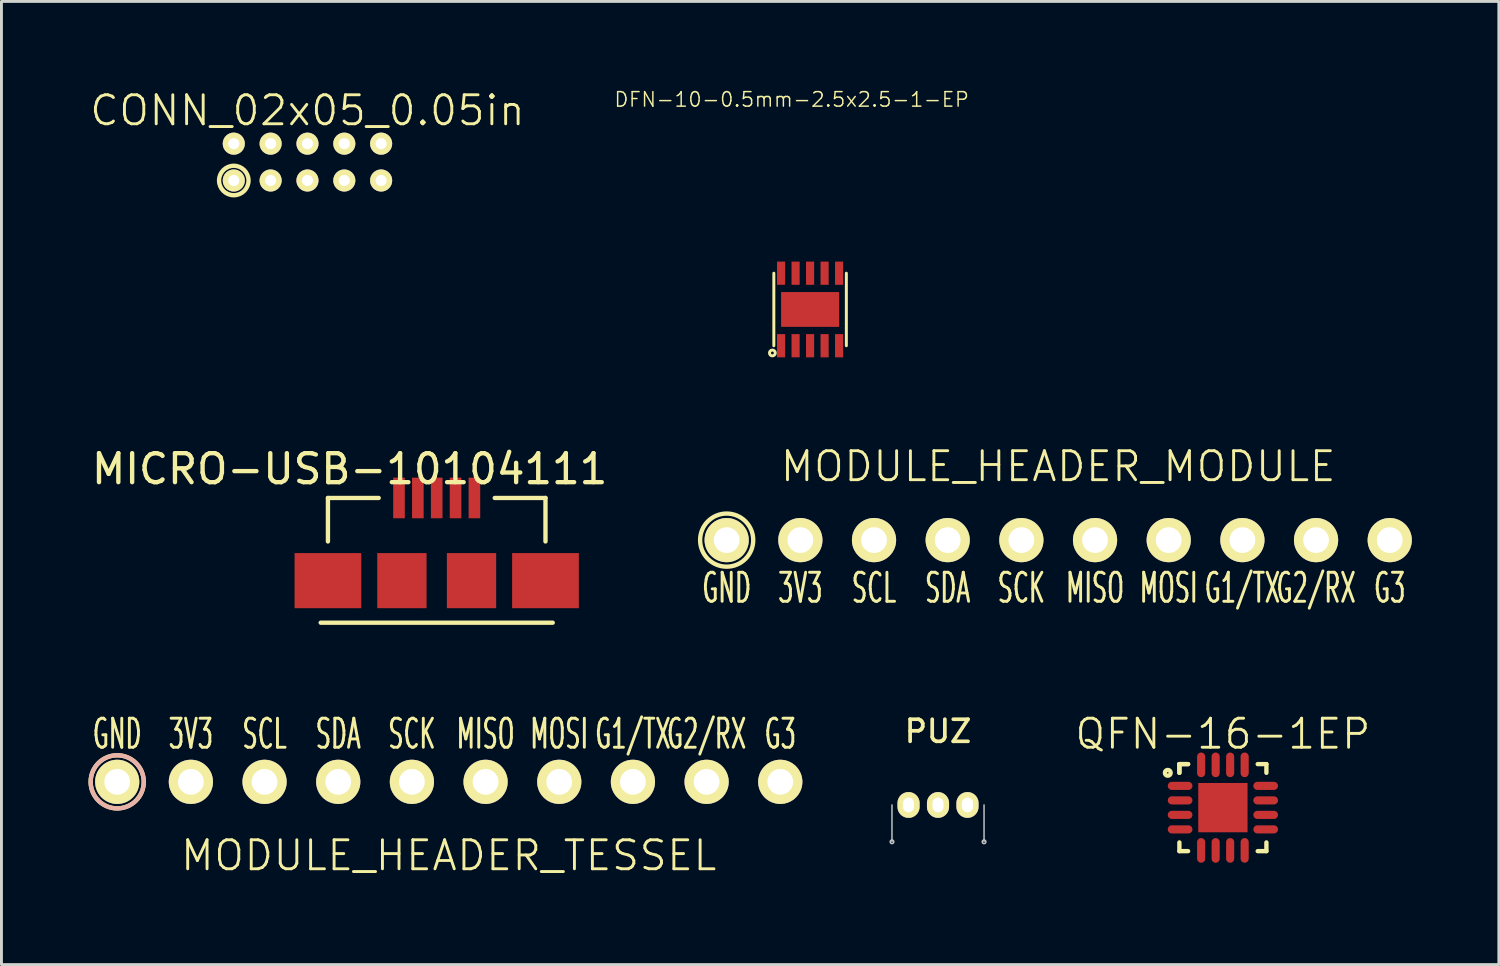
<source format=kicad_pcb>
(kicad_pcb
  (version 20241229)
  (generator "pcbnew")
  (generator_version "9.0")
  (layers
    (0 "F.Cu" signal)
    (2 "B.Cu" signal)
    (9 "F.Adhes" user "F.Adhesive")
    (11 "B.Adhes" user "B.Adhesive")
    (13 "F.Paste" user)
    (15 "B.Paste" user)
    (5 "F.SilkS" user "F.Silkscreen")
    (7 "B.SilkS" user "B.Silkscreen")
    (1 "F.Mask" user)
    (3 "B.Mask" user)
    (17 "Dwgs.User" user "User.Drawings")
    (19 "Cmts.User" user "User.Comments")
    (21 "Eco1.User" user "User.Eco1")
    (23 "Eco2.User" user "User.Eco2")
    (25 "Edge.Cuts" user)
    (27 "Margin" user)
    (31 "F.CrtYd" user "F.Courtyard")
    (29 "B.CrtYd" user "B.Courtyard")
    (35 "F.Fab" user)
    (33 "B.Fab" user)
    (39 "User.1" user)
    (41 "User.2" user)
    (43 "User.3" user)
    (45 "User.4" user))
  (footprint "MODULE_HEADER_MODULE"
    (layer "F.Cu")
    (at 33.433 15.571)
    (property "Reference" "MODULE_HEADER_MODULE" (at 0 -2.54 0) (layer "F.SilkS") (effects (font (size 1 1) (thickness 0.1))))
    (attr through_hole)
    (fp_circle (center -11.43 0) (end -10.668 -0.508) (stroke (width 0.15) (type solid)) (fill no) (layer "F.SilkS"))
    (fp_text user "SCK" (at -1.27 1.651 0) (layer "F.SilkS") (effects (font (size 1 0.55) (thickness 0.1))))
    (fp_text user "MISO" (at 1.27 1.651 0) (layer "F.SilkS") (effects (font (size 1 0.55) (thickness 0.1))))
    (fp_text user "G1/TX" (at 6.35 1.651 0) (layer "F.SilkS") (effects (font (size 1 0.55) (thickness 0.1))))
    (fp_text user "SCL" (at -6.35 1.651 0) (layer "F.SilkS") (effects (font (size 1 0.55) (thickness 0.1))))
    (fp_text user "3V3" (at -8.89 1.651 0) (layer "F.SilkS") (effects (font (size 1 0.55) (thickness 0.1))))
    (fp_text user "G3" (at 11.43 1.651 0) (layer "F.SilkS") (effects (font (size 1 0.55) (thickness 0.1))))
    (fp_text user "MOSI" (at 3.81 1.651 0) (layer "F.SilkS") (effects (font (size 1 0.55) (thickness 0.1))))
    (fp_text user "SDA" (at -3.81 1.651 0) (layer "F.SilkS") (effects (font (size 1 0.55) (thickness 0.1))))
    (fp_text user "G2/RX" (at 8.89 1.651 0) (layer "F.SilkS") (effects (font (size 1 0.55) (thickness 0.1))))
    (fp_text user "GND" (at -11.43 1.651 0) (layer "F.SilkS") (effects (font (size 1 0.55) (thickness 0.1))))
    (pad "1" thru_hole circle (at -11.43 0) (size 1.524 1.524) (drill 0.889) (layers "*.Cu" "*.Mask" "F.SilkS"))
    (pad "2" thru_hole circle (at -8.89 0) (size 1.524 1.524) (drill 0.889) (layers "*.Cu" "*.Mask" "F.SilkS"))
    (pad "3" thru_hole circle (at -6.35 0) (size 1.524 1.524) (drill 0.889) (layers "*.Cu" "*.Mask" "F.SilkS"))
    (pad "4" thru_hole circle (at -3.81 0) (size 1.524 1.524) (drill 0.889) (layers "*.Cu" "*.Mask" "F.SilkS"))
    (pad "5" thru_hole circle (at -1.27 0) (size 1.524 1.524) (drill 0.889) (layers "*.Cu" "*.Mask" "F.SilkS"))
    (pad "6" thru_hole circle (at 1.27 0) (size 1.524 1.524) (drill 0.889) (layers "*.Cu" "*.Mask" "F.SilkS"))
    (pad "7" thru_hole circle (at 3.81 0) (size 1.524 1.524) (drill 0.889) (layers "*.Cu" "*.Mask" "F.SilkS"))
    (pad "8" thru_hole circle (at 6.35 0) (size 1.524 1.524) (drill 0.889) (layers "*.Cu" "*.Mask" "F.SilkS"))
    (pad "9" thru_hole circle (at 8.89 0) (size 1.524 1.524) (drill 0.889) (layers "*.Cu" "*.Mask" "F.SilkS"))
    (pad "10" thru_hole circle (at 11.43 0) (size 1.524 1.524) (drill 0.889) (layers "*.Cu" "*.Mask" "F.SilkS")))
  (footprint "DFN-10-0.5mm-2.5x2.5-1-EP"
    (layer "F.Cu")
    (at 24.879 7.619)
    (property "Reference" "DFN-10-0.5mm-2.5x2.5-1-EP" (at -0.635 -7.239 0) (layer "F.SilkS") (effects (font (size 0.5 0.5) (thickness 0.05))))
    (attr through_hole)
    (fp_line (start -1.25 -1.25) (end -1.25 1.25) (stroke (width 0.102) (type solid)) (layer "F.SilkS"))
    (fp_line (start 1.25 -1.25) (end 1.25 1.25) (stroke (width 0.102) (type solid)) (layer "F.SilkS"))
    (fp_circle (center -1.3 1.5) (end -1.4 1.5) (stroke (width 0.102) (type solid)) (fill no) (layer "F.SilkS"))
    (pad "1" smd rect (at -1 1.25) (size 0.28 0.8) (layers "F.Cu" "F.Mask" "F.Paste"))
    (pad "2" smd rect (at -0.5 1.25) (size 0.28 0.8) (layers "F.Cu" "F.Mask" "F.Paste"))
    (pad "3" smd rect (at 0 1.25) (size 0.28 0.8) (layers "F.Cu" "F.Mask" "F.Paste"))
    (pad "4" smd rect (at 0.5 1.25) (size 0.28 0.8) (layers "F.Cu" "F.Mask" "F.Paste"))
    (pad "5" smd rect (at 1 1.25) (size 0.28 0.8) (layers "F.Cu" "F.Mask" "F.Paste"))
    (pad "6" smd rect (at 1 -1.25) (size 0.28 0.8) (layers "F.Cu" "F.Mask" "F.Paste"))
    (pad "7" smd rect (at 0.5 -1.25) (size 0.28 0.8) (layers "F.Cu" "F.Mask" "F.Paste"))
    (pad "8" smd rect (at 0 -1.25) (size 0.28 0.8) (layers "F.Cu" "F.Mask" "F.Paste"))
    (pad "9" smd rect (at -0.5 -1.25) (size 0.28 0.8) (layers "F.Cu" "F.Mask" "F.Paste"))
    (pad "10" smd rect (at -1 -1.25) (size 0.28 0.8) (layers "F.Cu" "F.Mask" "F.Paste"))
    (pad "11" smd rect (at 0 0) (size 2 1.2) (layers "F.Cu" "F.Mask" "F.Paste")))
  (footprint "MICRO-USB-10104111"
    (layer "F.Cu")
    (at 12.006 14.118)
    (property "Reference" "MICRO-USB-10104111" (at -3 -1 0) (layer "F.SilkS") (effects (font (size 1 1) (thickness 0.15))))
    (attr through_hole)
    (fp_line (start -3.75 0) (end -3.75 1.5) (stroke (width 0.15) (type solid)) (layer "F.SilkS"))
    (fp_line (start -2 0) (end -3.75 0) (stroke (width 0.15) (type solid)) (layer "F.SilkS"))
    (fp_line (start 2 0) (end 3.75 0) (stroke (width 0.15) (type solid)) (layer "F.SilkS"))
    (fp_line (start 3.75 0) (end 3.75 1.5) (stroke (width 0.15) (type solid)) (layer "F.SilkS"))
    (fp_line (start 4 4.3) (end -4 4.3) (stroke (width 0.15) (type solid)) (layer "F.SilkS"))
    (pad "1" smd rect (at -1.3 0) (size 0.4 1.4) (layers "F.Cu" "F.Mask" "F.Paste"))
    (pad "2" smd rect (at -0.65 0) (size 0.4 1.4) (layers "F.Cu" "F.Mask" "F.Paste"))
    (pad "3" smd rect (at 0 0) (size 0.4 1.4) (layers "F.Cu" "F.Mask" "F.Paste"))
    (pad "4" smd rect (at 0.65 0) (size 0.4 1.4) (layers "F.Cu" "F.Mask" "F.Paste"))
    (pad "5" smd rect (at 1.3 0) (size 0.4 1.4) (layers "F.Cu" "F.Mask" "F.Paste"))
    (pad "6" smd rect (at -3.75 2.85) (size 2.3 1.9) (layers "F.Cu" "F.Mask" "F.Paste"))
    (pad "7" smd rect (at -1.2 2.85) (size 1.7 1.9) (layers "F.Cu" "F.Mask" "F.Paste"))
    (pad "8" smd rect (at 1.2 2.85) (size 1.7 1.9) (layers "F.Cu" "F.Mask" "F.Paste"))
    (pad "9" smd rect (at 3.75 2.85) (size 2.3 1.9) (layers "F.Cu" "F.Mask" "F.Paste")))
  (footprint "PUZ"
    (layer "F.Cu")
    (at 29.289 24.702)
    (property "Reference" "PUZ" (at 0 -2.54 0) (layer "F.SilkS") (effects (font (size 0.762 0.762) (thickness 0.127))))
    (attr through_hole)
    (fp_line (start -1.587 0) (end -1.587 1.27) (stroke (width 0.051) (type solid)) (layer "Dwgs.User"))
    (fp_line (start 1.587 0) (end 1.587 1.27) (stroke (width 0.051) (type solid)) (layer "Dwgs.User"))
    (fp_circle (center -1.587 1.27) (end -1.524 1.27) (stroke (width 0.051) (type solid)) (fill no) (layer "Dwgs.User"))
    (fp_circle (center 1.587 1.27) (end 1.651 1.27) (stroke (width 0.051) (type solid)) (fill no) (layer "Dwgs.User"))
    (pad "1" thru_hole oval (at -1.016 0) (size 0.762 0.889) (drill oval 0.381 0.508) (layers "*.Cu" "*.Mask" "F.SilkS"))
    (pad "2" thru_hole oval (at 0 0) (size 0.762 0.889) (drill oval 0.381 0.508) (layers "*.Cu" "*.Mask" "F.SilkS"))
    (pad "3" thru_hole oval (at 1.016 0) (size 0.762 0.889) (drill oval 0.381 0.508) (layers "*.Cu" "*.Mask" "F.SilkS")))
  (footprint "QFN-16-1EP"
    (layer "F.Cu")
    (at 39.111 24.794)
    (property "Reference" "QFN-16-1EP" (at 0 -2.54 0) (layer "F.SilkS") (effects (font (size 1 1) (thickness 0.1))))
    (attr through_hole)
    (fp_line (start -1.5 -1.5) (end -1.2 -1.5) (stroke (width 0.15) (type solid)) (layer "F.SilkS"))
    (fp_line (start -1.5 -1.5) (end -1.2 -1.5) (stroke (width 0.15) (type solid)) (layer "F.SilkS"))
    (fp_line (start -1.5 -1.2) (end -1.5 -1.5) (stroke (width 0.15) (type solid)) (layer "F.SilkS"))
    (fp_line (start -1.5 -1.2) (end -1.5 -1.5) (stroke (width 0.15) (type solid)) (layer "F.SilkS"))
    (fp_line (start -1.5 1.5) (end -1.5 1.2) (stroke (width 0.15) (type solid)) (layer "F.SilkS"))
    (fp_line (start -1.5 1.5) (end -1.2 1.5) (stroke (width 0.15) (type solid)) (layer "F.SilkS"))
    (fp_line (start 1.2 -1.5) (end 1.5 -1.5) (stroke (width 0.15) (type solid)) (layer "F.SilkS"))
    (fp_line (start 1.2 1.5) (end 1.5 1.5) (stroke (width 0.15) (type solid)) (layer "F.SilkS"))
    (fp_line (start 1.5 -1.2) (end 1.5 -1.5) (stroke (width 0.15) (type solid)) (layer "F.SilkS"))
    (fp_line (start 1.5 1.5) (end 1.5 1.2) (stroke (width 0.15) (type solid)) (layer "F.SilkS"))
    (fp_circle (center -1.9 -1.2) (end -2 -1.2) (stroke (width 0.15) (type solid)) (fill no) (layer "F.SilkS"))
    (pad "1" smd oval (at -1.475 -0.75 90) (size 0.28 0.85) (layers "F.Cu" "F.Mask" "F.Paste"))
    (pad "2" smd oval (at -1.475 -0.25 90) (size 0.28 0.85) (layers "F.Cu" "F.Mask" "F.Paste"))
    (pad "3" smd oval (at -1.475 0.25 90) (size 0.28 0.85) (layers "F.Cu" "F.Mask" "F.Paste"))
    (pad "4" smd oval (at -1.475 0.75 90) (size 0.28 0.85) (layers "F.Cu" "F.Mask" "F.Paste"))
    (pad "5" smd oval (at -0.75 1.475) (size 0.28 0.85) (layers "F.Cu" "F.Mask" "F.Paste"))
    (pad "6" smd oval (at -0.25 1.475) (size 0.28 0.85) (layers "F.Cu" "F.Mask" "F.Paste"))
    (pad "7" smd oval (at 0.25 1.475) (size 0.28 0.85) (layers "F.Cu" "F.Mask" "F.Paste"))
    (pad "8" smd oval (at 0.75 1.475) (size 0.28 0.85) (layers "F.Cu" "F.Mask" "F.Paste"))
    (pad "9" smd oval (at 1.475 0.75 90) (size 0.28 0.85) (layers "F.Cu" "F.Mask" "F.Paste"))
    (pad "10" smd oval (at 1.475 0.25 90) (size 0.28 0.85) (layers "F.Cu" "F.Mask" "F.Paste"))
    (pad "11" smd oval (at 1.475 -0.25 90) (size 0.28 0.85) (layers "F.Cu" "F.Mask" "F.Paste"))
    (pad "12" smd oval (at 1.475 -0.75 90) (size 0.28 0.85) (layers "F.Cu" "F.Mask" "F.Paste"))
    (pad "13" smd oval (at 0.75 -1.475) (size 0.28 0.85) (layers "F.Cu" "F.Mask" "F.Paste"))
    (pad "14" smd oval (at 0.25 -1.475) (size 0.28 0.85) (layers "F.Cu" "F.Mask" "F.Paste"))
    (pad "15" smd oval (at -0.25 -1.475) (size 0.28 0.85) (layers "F.Cu" "F.Mask" "F.Paste"))
    (pad "16" smd oval (at -0.75 -1.475) (size 0.28 0.85) (layers "F.Cu" "F.Mask" "F.Paste"))
    (pad "17" smd rect (at 0 0) (size 1.7 1.7) (layers "F.Cu" "F.Mask" "F.Paste")))
  (footprint "CONN_02x05_0.05in"
    (layer "F.Cu")
    (at 7.55 2.538)
    (property "Reference" "CONN_02x05_0.05in" (at 0 -1.778 0) (layer "F.SilkS") (effects (font (size 1 1) (thickness 0.1))))
    (attr through_hole)
    (fp_circle (center -2.54 0.635) (end -2.032 0.635) (stroke (width 0.15) (type solid)) (fill no) (layer "F.SilkS"))
    (pad "1" thru_hole circle (at -2.54 0.635 90) (size 0.762 0.762) (drill 0.381) (layers "*.Cu" "*.Mask" "F.SilkS"))
    (pad "2" thru_hole circle (at -2.54 -0.635 90) (size 0.762 0.762) (drill 0.381) (layers "*.Cu" "*.Mask" "F.SilkS"))
    (pad "3" thru_hole circle (at -1.27 0.635 90) (size 0.762 0.762) (drill 0.381) (layers "*.Cu" "*.Mask" "F.SilkS"))
    (pad "4" thru_hole circle (at -1.27 -0.635 90) (size 0.762 0.762) (drill 0.381) (layers "*.Cu" "*.Mask" "F.SilkS"))
    (pad "5" thru_hole circle (at 0 0.635 90) (size 0.762 0.762) (drill 0.381) (layers "*.Cu" "*.Mask" "F.SilkS"))
    (pad "6" thru_hole circle (at 0 -0.635 90) (size 0.762 0.762) (drill 0.381) (layers "*.Cu" "*.Mask" "F.SilkS"))
    (pad "7" thru_hole circle (at 1.27 0.635 90) (size 0.762 0.762) (drill 0.381) (layers "*.Cu" "*.Mask" "F.SilkS"))
    (pad "8" thru_hole circle (at 1.27 -0.635 90) (size 0.762 0.762) (drill 0.381) (layers "*.Cu" "*.Mask" "F.SilkS"))
    (pad "9" thru_hole circle (at 2.54 0.635 90) (size 0.762 0.762) (drill 0.381) (layers "*.Cu" "*.Mask" "F.SilkS"))
    (pad "10" thru_hole circle (at 2.54 -0.635 90) (size 0.762 0.762) (drill 0.381) (layers "*.Cu" "*.Mask" "F.SilkS")))
  (footprint "MODULE_HEADER_TESSEL"
    (layer "F.Cu")
    (at 12.421 23.905)
    (property "Reference" "MODULE_HEADER_TESSEL" (at 0 2.54 0) (layer "F.SilkS") (effects (font (size 1 1) (thickness 0.1))))
    (attr through_hole)
    (fp_circle (center -11.43 0) (end -10.668 -0.508) (stroke (width 0.15) (type solid)) (fill no) (layer "F.SilkS"))
    (fp_circle (center -11.43 0) (end -10.668 -0.508) (stroke (width 0.15) (type solid)) (fill no) (layer "B.SilkS"))
    (fp_text user "G1/TX" (at 6.35 -1.651 0) (layer "F.SilkS") (effects (font (size 1 0.55) (thickness 0.1))))
    (fp_text user "G3" (at 11.43 -1.651 0) (layer "F.SilkS") (effects (font (size 1 0.55) (thickness 0.1))))
    (fp_text user "3V3" (at -8.89 -1.651 0) (layer "F.SilkS") (effects (font (size 1 0.55) (thickness 0.1))))
    (fp_text user "SCL" (at -6.35 -1.651 0) (layer "F.SilkS") (effects (font (size 1 0.55) (thickness 0.1))))
    (fp_text user "SDA" (at -3.81 -1.651 0) (layer "F.SilkS") (effects (font (size 1 0.55) (thickness 0.1))))
    (fp_text user "MISO" (at 1.27 -1.651 0) (layer "F.SilkS") (effects (font (size 1 0.55) (thickness 0.1))))
    (fp_text user "MOSI" (at 3.81 -1.651 0) (layer "F.SilkS") (effects (font (size 1 0.55) (thickness 0.1))))
    (fp_text user "SCK" (at -1.27 -1.651 0) (layer "F.SilkS") (effects (font (size 1 0.55) (thickness 0.1))))
    (fp_text user "G2/RX" (at 8.89 -1.651 0) (layer "F.SilkS") (effects (font (size 1 0.55) (thickness 0.1))))
    (fp_text user "GND" (at -11.43 -1.651 0) (layer "F.SilkS") (effects (font (size 1 0.55) (thickness 0.1))))
    (pad "1" thru_hole circle (at -11.43 0) (size 1.524 1.524) (drill 0.889) (layers "*.Cu" "*.Mask" "F.SilkS"))
    (pad "2" thru_hole circle (at -8.89 0) (size 1.524 1.524) (drill 0.889) (layers "*.Cu" "*.Mask" "F.SilkS"))
    (pad "3" thru_hole circle (at -6.35 0) (size 1.524 1.524) (drill 0.889) (layers "*.Cu" "*.Mask" "F.SilkS"))
    (pad "4" thru_hole circle (at -3.81 0) (size 1.524 1.524) (drill 0.889) (layers "*.Cu" "*.Mask" "F.SilkS"))
    (pad "5" thru_hole circle (at -1.27 0) (size 1.524 1.524) (drill 0.889) (layers "*.Cu" "*.Mask" "F.SilkS"))
    (pad "6" thru_hole circle (at 1.27 0) (size 1.524 1.524) (drill 0.889) (layers "*.Cu" "*.Mask" "F.SilkS"))
    (pad "7" thru_hole circle (at 3.81 0) (size 1.524 1.524) (drill 0.889) (layers "*.Cu" "*.Mask" "F.SilkS"))
    (pad "8" thru_hole circle (at 6.35 0) (size 1.524 1.524) (drill 0.889) (layers "*.Cu" "*.Mask" "F.SilkS"))
    (pad "9" thru_hole circle (at 8.89 0) (size 1.524 1.524) (drill 0.889) (layers "*.Cu" "*.Mask" "F.SilkS"))
    (pad "10" thru_hole circle (at 11.43 0) (size 1.524 1.524) (drill 0.889) (layers "*.Cu" "*.Mask" "F.SilkS")))
  (gr_rect
    (start -3 -3)
    (end 48.625 30.205)
    (stroke (width 0.1) (type default))
    (fill no)
    (layer "Edge.Cuts")))
</source>
